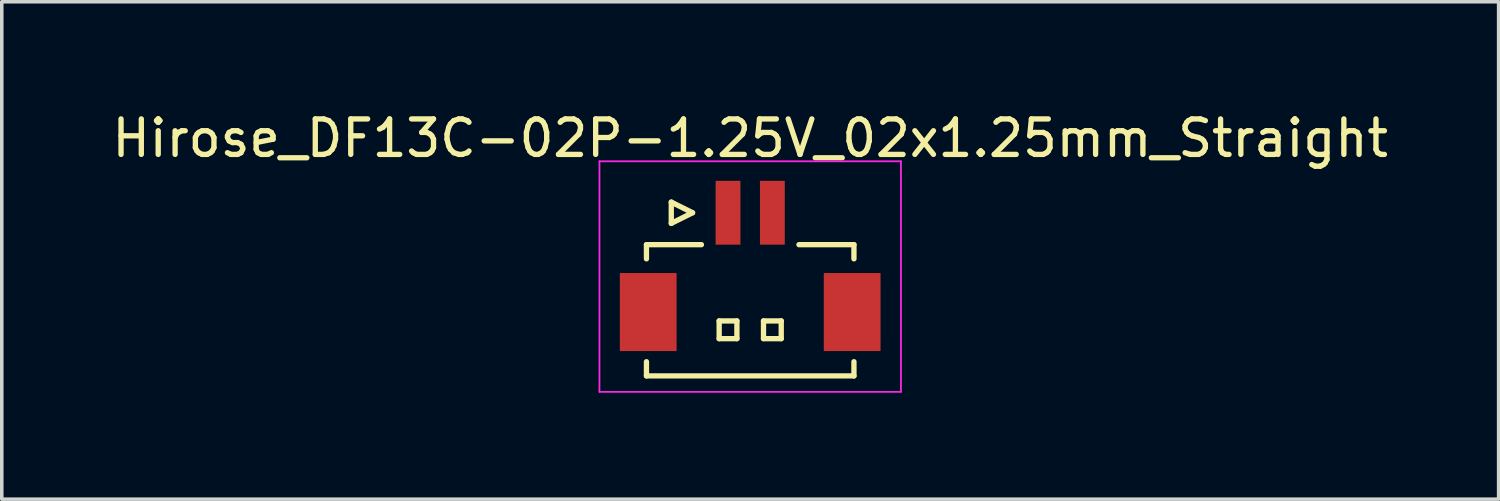
<source format=kicad_pcb>
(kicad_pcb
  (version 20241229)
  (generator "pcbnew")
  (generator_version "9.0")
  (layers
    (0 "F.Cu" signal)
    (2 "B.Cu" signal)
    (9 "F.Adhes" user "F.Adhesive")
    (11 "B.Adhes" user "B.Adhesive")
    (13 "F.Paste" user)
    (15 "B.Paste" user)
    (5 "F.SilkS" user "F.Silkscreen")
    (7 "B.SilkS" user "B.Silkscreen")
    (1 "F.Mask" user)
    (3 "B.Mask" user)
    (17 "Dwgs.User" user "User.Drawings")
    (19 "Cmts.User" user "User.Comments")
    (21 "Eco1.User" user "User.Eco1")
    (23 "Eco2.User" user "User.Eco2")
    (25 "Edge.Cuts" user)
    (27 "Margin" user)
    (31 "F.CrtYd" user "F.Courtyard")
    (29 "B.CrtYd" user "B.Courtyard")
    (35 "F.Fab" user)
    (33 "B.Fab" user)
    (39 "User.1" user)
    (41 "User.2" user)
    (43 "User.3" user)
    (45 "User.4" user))
  (footprint "Hirose_DF13C-02P-1.25V_02x1.25mm_Straight"
    (layer "F.Cu")
    (at 18.101 4.348)
    (property "Reference" "Hirose_DF13C-02P-1.25V_02x1.25mm_Straight" (at 0 -3.5 0) (layer "F.SilkS") (effects (font (size 1 1) (thickness 0.15))))
    (attr smd)
    (fp_line (start -2.925 -0.5) (end -2.925 -0.1) (stroke (width 0.15) (type solid)) (layer "F.SilkS"))
    (fp_line (start -2.925 -0.5) (end -1.375 -0.5) (stroke (width 0.15) (type solid)) (layer "F.SilkS"))
    (fp_line (start -2.925 3.2) (end -2.925 2.8) (stroke (width 0.15) (type solid)) (layer "F.SilkS"))
    (fp_line (start -2.925 3.2) (end 2.925 3.2) (stroke (width 0.15) (type solid)) (layer "F.SilkS"))
    (fp_line (start -2.225 -1.7) (end -2.225 -1.1) (stroke (width 0.15) (type solid)) (layer "F.SilkS"))
    (fp_line (start -2.225 -1.1) (end -1.625 -1.4) (stroke (width 0.15) (type solid)) (layer "F.SilkS"))
    (fp_line (start -1.625 -1.4) (end -2.225 -1.7) (stroke (width 0.15) (type solid)) (layer "F.SilkS"))
    (fp_line (start -0.875 1.65) (end -0.875 2.15) (stroke (width 0.15) (type solid)) (layer "F.SilkS"))
    (fp_line (start -0.875 2.15) (end -0.375 2.15) (stroke (width 0.15) (type solid)) (layer "F.SilkS"))
    (fp_line (start -0.375 1.65) (end -0.875 1.65) (stroke (width 0.15) (type solid)) (layer "F.SilkS"))
    (fp_line (start -0.375 2.15) (end -0.375 1.65) (stroke (width 0.15) (type solid)) (layer "F.SilkS"))
    (fp_line (start 0.375 1.65) (end 0.375 2.15) (stroke (width 0.15) (type solid)) (layer "F.SilkS"))
    (fp_line (start 0.375 2.15) (end 0.875 2.15) (stroke (width 0.15) (type solid)) (layer "F.SilkS"))
    (fp_line (start 0.875 1.65) (end 0.375 1.65) (stroke (width 0.15) (type solid)) (layer "F.SilkS"))
    (fp_line (start 0.875 2.15) (end 0.875 1.65) (stroke (width 0.15) (type solid)) (layer "F.SilkS"))
    (fp_line (start 2.925 -0.5) (end 1.375 -0.5) (stroke (width 0.15) (type solid)) (layer "F.SilkS"))
    (fp_line (start 2.925 -0.5) (end 2.925 -0.1) (stroke (width 0.15) (type solid)) (layer "F.SilkS"))
    (fp_line (start 2.925 3.2) (end 2.925 2.8) (stroke (width 0.15) (type solid)) (layer "F.SilkS"))
    (fp_line (start -4.25 -2.85) (end -4.25 3.65) (stroke (width 0.05) (type solid)) (layer "F.CrtYd"))
    (fp_line (start -4.25 3.65) (end 4.25 3.65) (stroke (width 0.05) (type solid)) (layer "F.CrtYd"))
    (fp_line (start 4.25 -2.85) (end -4.25 -2.85) (stroke (width 0.05) (type solid)) (layer "F.CrtYd"))
    (fp_line (start 4.25 3.65) (end 4.25 -2.85) (stroke (width 0.05) (type solid)) (layer "F.CrtYd"))
    (pad "" smd rect (at -2.875 1.4) (size 1.6 2.2) (layers "F.Cu" "F.Mask" "F.Paste"))
    (pad "" smd rect (at 2.875 1.4) (size 1.6 2.2) (layers "F.Cu" "F.Mask" "F.Paste"))
    (pad "1" smd rect (at -0.625 -1.4) (size 0.7 1.8) (layers "F.Cu" "F.Mask" "F.Paste"))
    (pad "2" smd rect (at 0.625 -1.4) (size 0.7 1.8) (layers "F.Cu" "F.Mask" "F.Paste")))
  (gr_rect
    (start -3 -3)
    (end 39.202 11.023)
    (stroke (width 0.1) (type default))
    (fill no)
    (layer "Edge.Cuts")))
</source>
